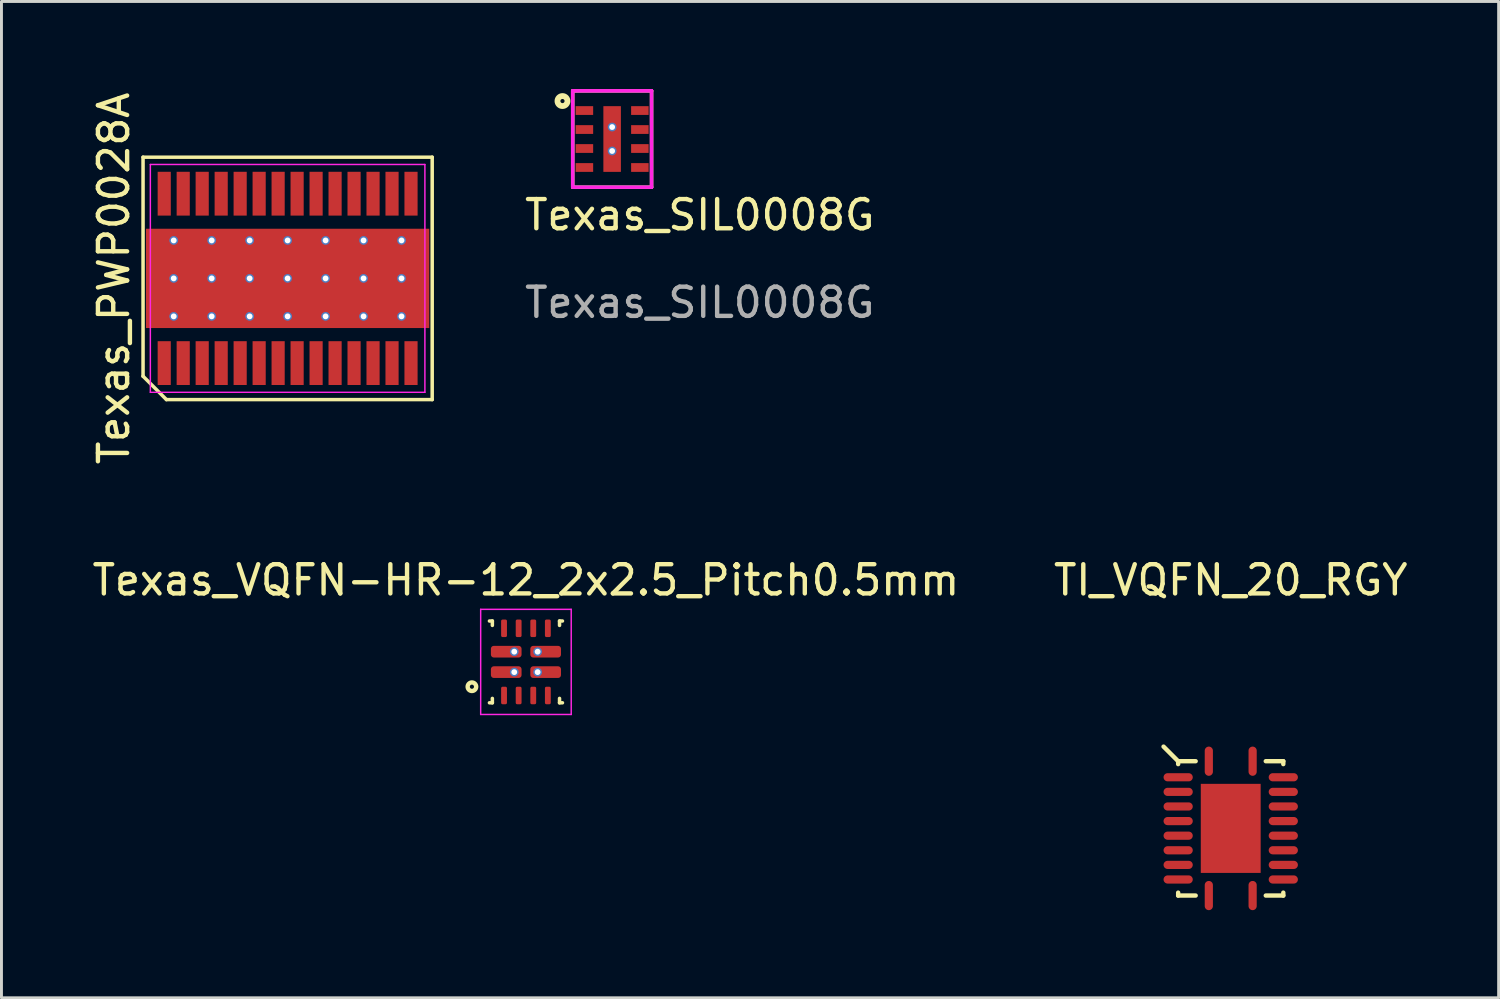
<source format=kicad_pcb>
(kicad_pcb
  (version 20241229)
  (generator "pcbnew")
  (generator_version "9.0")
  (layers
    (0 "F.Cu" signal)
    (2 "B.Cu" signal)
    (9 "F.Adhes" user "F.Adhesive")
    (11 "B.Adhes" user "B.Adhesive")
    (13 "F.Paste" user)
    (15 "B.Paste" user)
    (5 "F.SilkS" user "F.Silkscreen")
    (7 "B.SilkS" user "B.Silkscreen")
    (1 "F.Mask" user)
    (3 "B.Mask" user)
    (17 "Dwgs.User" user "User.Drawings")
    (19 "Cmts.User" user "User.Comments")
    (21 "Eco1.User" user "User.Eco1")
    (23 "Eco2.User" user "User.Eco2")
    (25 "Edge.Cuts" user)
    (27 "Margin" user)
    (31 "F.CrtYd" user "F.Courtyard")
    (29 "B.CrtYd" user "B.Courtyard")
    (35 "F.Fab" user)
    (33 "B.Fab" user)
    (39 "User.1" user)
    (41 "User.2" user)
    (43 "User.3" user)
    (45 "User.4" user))
  (footprint "Texas_VQFN-HR-12_2x2.5_Pitch0.5mm"
    (layer "F.Cu")
    (at 14.958 19.613)
    (property "Reference" "Texas_VQFN-HR-12_2x2.5_Pitch0.5mm" (at 0 -2.8 0) (layer "F.SilkS") (effects (font (size 1 1) (thickness 0.15))))
    (attr smd)
    (fp_line (start -1.25 -1.4) (end -1.15 -1.4) (stroke (width 0.12) (type solid)) (layer "F.SilkS"))
    (fp_line (start -1.25 1.4) (end -1.15 1.4) (stroke (width 0.12) (type solid)) (layer "F.SilkS"))
    (fp_line (start -1.15 -1.25) (end -1.15 -1.4) (stroke (width 0.12) (type solid)) (layer "F.SilkS"))
    (fp_line (start -1.15 1.4) (end -1.15 1.25) (stroke (width 0.12) (type solid)) (layer "F.SilkS"))
    (fp_line (start 1.15 -1.4) (end 1.15 -1.25) (stroke (width 0.12) (type solid)) (layer "F.SilkS"))
    (fp_line (start 1.15 1.4) (end 1.15 1.25) (stroke (width 0.12) (type solid)) (layer "F.SilkS"))
    (fp_line (start 1.25 -1.4) (end 1.15 -1.4) (stroke (width 0.12) (type solid)) (layer "F.SilkS"))
    (fp_line (start 1.25 1.4) (end 1.15 1.4) (stroke (width 0.12) (type solid)) (layer "F.SilkS"))
    (fp_circle (center -1.85 0.85) (end -1.779 0.85) (stroke (width 0.15) (type solid)) (fill no) (layer "F.SilkS"))
    (fp_line (start -1.55 -1.8) (end 1.55 -1.8) (stroke (width 0.05) (type solid)) (layer "F.CrtYd"))
    (fp_line (start -1.55 1.8) (end -1.55 -1.8) (stroke (width 0.05) (type solid)) (layer "F.CrtYd"))
    (fp_line (start 1.55 -1.8) (end 1.55 1.8) (stroke (width 0.05) (type solid)) (layer "F.CrtYd"))
    (fp_line (start 1.55 1.8) (end -1.55 1.8) (stroke (width 0.05) (type solid)) (layer "F.CrtYd"))
    (pad "1" smd roundrect (at -0.675 0.35 90) (size 0.4 1.05) (layers "F.Cu" "F.Mask" "F.Paste") (roundrect_rratio 0.25))
    (pad "1" thru_hole circle (at -0.4 0.35) (size 0.3 0.3) (drill 0.2) (layers "*.Cu" "*.Mask"))
    (pad "2" smd roundrect (at -0.675 -0.35 90) (size 0.4 1.05) (layers "F.Cu" "F.Mask" "F.Paste") (roundrect_rratio 0.25))
    (pad "2" thru_hole circle (at -0.4 -0.35) (size 0.3 0.3) (drill 0.2) (layers "*.Cu" "*.Mask"))
    (pad "3" smd roundrect (at -0.75 -1.15) (size 0.2 0.6) (layers "F.Cu" "F.Mask" "F.Paste") (roundrect_rratio 0.25))
    (pad "4" smd roundrect (at -0.25 -1.15) (size 0.2 0.6) (layers "F.Cu" "F.Mask" "F.Paste") (roundrect_rratio 0.25))
    (pad "5" smd roundrect (at 0.25 -1.15) (size 0.2 0.6) (layers "F.Cu" "F.Mask" "F.Paste") (roundrect_rratio 0.25))
    (pad "6" smd roundrect (at 0.75 -1.15) (size 0.2 0.6) (layers "F.Cu" "F.Mask" "F.Paste") (roundrect_rratio 0.25))
    (pad "7" thru_hole circle (at 0.4 -0.35) (size 0.3 0.3) (drill 0.2) (layers "*.Cu" "*.Mask"))
    (pad "7" smd roundrect (at 0.675 -0.35 90) (size 0.4 1.05) (layers "F.Cu" "F.Mask" "F.Paste") (roundrect_rratio 0.25))
    (pad "8" thru_hole circle (at 0.4 0.35) (size 0.3 0.3) (drill 0.2) (layers "*.Cu" "*.Mask"))
    (pad "8" smd roundrect (at 0.675 0.35 90) (size 0.4 1.05) (layers "F.Cu" "F.Mask" "F.Paste") (roundrect_rratio 0.25))
    (pad "9" smd roundrect (at 0.75 1.15) (size 0.2 0.6) (layers "F.Cu" "F.Mask" "F.Paste") (roundrect_rratio 0.25))
    (pad "10" smd roundrect (at 0.25 1.15) (size 0.2 0.6) (layers "F.Cu" "F.Mask" "F.Paste") (roundrect_rratio 0.25))
    (pad "11" smd roundrect (at -0.25 1.15) (size 0.2 0.6) (layers "F.Cu" "F.Mask" "F.Paste") (roundrect_rratio 0.25))
    (pad "12" smd roundrect (at -0.75 1.15) (size 0.2 0.6) (layers "F.Cu" "F.Mask" "F.Paste") (roundrect_rratio 0.25)))
  (footprint "Texas_SIL0008G"
    (layer "F.Cu")
    (at 17.909 1.71)
    (property "Reference" "Texas_SIL0008G" (at 3 2.6 0) (unlocked yes) (layer "F.SilkS") (effects (font (size 1 1) (thickness 0.15))))
    (attr through_hole)
    (fp_line (start -1.35 -1.65) (end -1.35 1.65) (stroke (width 0.12) (type solid)) (layer "F.SilkS"))
    (fp_line (start -1.35 -1.65) (end 1.35 -1.65) (stroke (width 0.12) (type solid)) (layer "F.SilkS"))
    (fp_line (start -1.35 1.65) (end 1.35 1.65) (stroke (width 0.12) (type solid)) (layer "F.SilkS"))
    (fp_line (start 1.35 -1.65) (end 1.35 1.65) (stroke (width 0.12) (type solid)) (layer "F.SilkS"))
    (fp_circle (center -1.7 -1.3) (end -1.629 -1.3) (stroke (width 0.2) (type solid)) (fill no) (layer "F.SilkS"))
    (fp_line (start -1.35 -1.65) (end -1.35 1.65) (stroke (width 0.12) (type solid)) (layer "F.CrtYd"))
    (fp_line (start -1.35 -1.65) (end 1.35 -1.65) (stroke (width 0.12) (type solid)) (layer "F.CrtYd"))
    (fp_line (start -1.35 1.65) (end 1.35 1.65) (stroke (width 0.12) (type solid)) (layer "F.CrtYd"))
    (fp_line (start 1.35 -1.65) (end 1.35 1.65) (stroke (width 0.12) (type solid)) (layer "F.CrtYd"))
    (fp_text user "${REFERENCE}" (at 3 5.6 0) (unlocked yes) (layer "F.Fab") (effects (font (size 1 1) (thickness 0.15))))
    (pad "1" smd rect (at -0.95 -0.975) (size 0.6 0.3) (layers "F.Cu" "F.Mask" "F.Paste"))
    (pad "2" smd rect (at -0.95 -0.325) (size 0.6 0.3) (layers "F.Cu" "F.Mask" "F.Paste"))
    (pad "3" smd rect (at -0.95 0.325) (size 0.6 0.3) (layers "F.Cu" "F.Mask" "F.Paste"))
    (pad "4" smd rect (at -0.95 0.975) (size 0.6 0.3) (layers "F.Cu" "F.Mask" "F.Paste"))
    (pad "5" smd rect (at 0.95 0.975) (size 0.6 0.3) (layers "F.Cu" "F.Mask" "F.Paste"))
    (pad "6" smd rect (at 0.95 0.325) (size 0.6 0.3) (layers "F.Cu" "F.Mask" "F.Paste"))
    (pad "7" smd rect (at 0.95 -0.325) (size 0.6 0.3) (layers "F.Cu" "F.Mask" "F.Paste"))
    (pad "8" smd rect (at 0.95 -0.975) (size 0.6 0.3) (layers "F.Cu" "F.Mask" "F.Paste"))
    (pad "9" thru_hole circle (at 0 -0.41) (size 0.3 0.3) (drill 0.2) (layers "*.Cu" "*.Mask"))
    (pad "9" smd rect (at 0 0) (size 0.6 2.25) (layers "F.Cu" "F.Mask" "F.Paste"))
    (pad "9" thru_hole circle (at 0 0.41) (size 0.3 0.3) (drill 0.2) (layers "*.Cu" "*.Mask")))
  (footprint "TI_VQFN_20_RGY"
    (layer "F.Cu")
    (at 39.089 25.313)
    (property "Reference" "TI_VQFN_20_RGY" (at 0 -8.5 0) (layer "F.SilkS") (effects (font (size 1 1) (thickness 0.15))))
    (attr through_hole)
    (fp_line (start -1.8 -2.3) (end -2.3 -2.8) (stroke (width 0.15) (type solid)) (layer "F.SilkS"))
    (fp_line (start -1.8 -2.3) (end -1.8 -2.2) (stroke (width 0.15) (type solid)) (layer "F.SilkS"))
    (fp_line (start -1.8 -2.3) (end -1.2 -2.3) (stroke (width 0.15) (type solid)) (layer "F.SilkS"))
    (fp_line (start -1.8 2.3) (end -1.8 2.2) (stroke (width 0.15) (type solid)) (layer "F.SilkS"))
    (fp_line (start -1.2 2.3) (end -1.8 2.3) (stroke (width 0.15) (type solid)) (layer "F.SilkS"))
    (fp_line (start 1.2 -2.3) (end 1.8 -2.3) (stroke (width 0.15) (type solid)) (layer "F.SilkS"))
    (fp_line (start 1.8 -2.3) (end 1.8 -2.2) (stroke (width 0.15) (type solid)) (layer "F.SilkS"))
    (fp_line (start 1.8 2.3) (end 1.2 2.3) (stroke (width 0.15) (type solid)) (layer "F.SilkS"))
    (fp_line (start 1.8 2.3) (end 1.8 2.2) (stroke (width 0.15) (type solid)) (layer "F.SilkS"))
    (pad "1" smd oval (at -0.75 -2.3 90) (size 1 0.28) (layers "F.Cu" "F.Mask" "F.Paste"))
    (pad "2" smd oval (at -1.8 -1.75 180) (size 1 0.28) (layers "F.Cu" "F.Mask" "F.Paste"))
    (pad "3" smd oval (at -1.8 -1.25 180) (size 1 0.28) (layers "F.Cu" "F.Mask" "F.Paste"))
    (pad "4" smd oval (at -1.8 -0.75 180) (size 1 0.28) (layers "F.Cu" "F.Mask" "F.Paste"))
    (pad "5" smd oval (at -1.8 -0.25 180) (size 1 0.28) (layers "F.Cu" "F.Mask" "F.Paste"))
    (pad "6" smd oval (at -1.8 0.25 180) (size 1 0.28) (layers "F.Cu" "F.Mask" "F.Paste"))
    (pad "7" smd oval (at -1.8 0.75 180) (size 1 0.28) (layers "F.Cu" "F.Mask" "F.Paste"))
    (pad "8" smd oval (at -1.8 1.25 180) (size 1 0.28) (layers "F.Cu" "F.Mask" "F.Paste"))
    (pad "9" smd oval (at -1.8 1.75 180) (size 1 0.28) (layers "F.Cu" "F.Mask" "F.Paste"))
    (pad "10" smd oval (at -0.75 2.3 90) (size 1 0.28) (layers "F.Cu" "F.Mask" "F.Paste"))
    (pad "11" smd oval (at 0.75 2.3 90) (size 1 0.28) (layers "F.Cu" "F.Mask" "F.Paste"))
    (pad "12" smd oval (at 1.8 1.75 180) (size 1 0.28) (layers "F.Cu" "F.Mask" "F.Paste"))
    (pad "13" smd oval (at 1.8 1.25 180) (size 1 0.28) (layers "F.Cu" "F.Mask" "F.Paste"))
    (pad "14" smd oval (at 1.8 0.75 180) (size 1 0.28) (layers "F.Cu" "F.Mask" "F.Paste"))
    (pad "15" smd oval (at 1.8 0.25 180) (size 1 0.28) (layers "F.Cu" "F.Mask" "F.Paste"))
    (pad "16" smd oval (at 1.8 -0.25 180) (size 1 0.28) (layers "F.Cu" "F.Mask" "F.Paste"))
    (pad "17" smd oval (at 1.8 -0.75 180) (size 1 0.28) (layers "F.Cu" "F.Mask" "F.Paste"))
    (pad "18" smd oval (at 1.8 -1.25 180) (size 1 0.28) (layers "F.Cu" "F.Mask" "F.Paste"))
    (pad "19" smd oval (at 1.8 -1.75 180) (size 1 0.28) (layers "F.Cu" "F.Mask" "F.Paste"))
    (pad "20" smd oval (at 0.75 -2.3 90) (size 1 0.28) (layers "F.Cu" "F.Mask" "F.Paste"))
    (pad "21" smd rect (at 0 0 180) (size 2.05 3.05) (layers "F.Cu" "F.Mask" "F.Paste")))
  (footprint "Texas_PWP0028A"
    (layer "F.Cu")
    (at 6.798 6.482)
    (property "Reference" "Texas_PWP0028A" (at -5.95 0 90) (layer "F.SilkS") (effects (font (size 1 1) (thickness 0.15))))
    (attr smd)
    (fp_line (start -4.95 -4.15) (end 4.95 -4.15) (stroke (width 0.12) (type solid)) (layer "F.SilkS"))
    (fp_line (start -4.95 3.35) (end -4.95 -4.15) (stroke (width 0.12) (type solid)) (layer "F.SilkS"))
    (fp_line (start -4.15 4.15) (end -4.95 3.35) (stroke (width 0.12) (type solid)) (layer "F.SilkS"))
    (fp_line (start 4.95 -4.15) (end 4.95 4.15) (stroke (width 0.12) (type solid)) (layer "F.SilkS"))
    (fp_line (start 4.95 4.15) (end -4.15 4.15) (stroke (width 0.12) (type solid)) (layer "F.SilkS"))
    (fp_line (start -4.7 -3.9) (end 4.7 -3.9) (stroke (width 0.05) (type solid)) (layer "F.CrtYd"))
    (fp_line (start -4.7 3.9) (end -4.7 -3.9) (stroke (width 0.05) (type solid)) (layer "F.CrtYd"))
    (fp_line (start 4.7 -3.9) (end 4.7 3.9) (stroke (width 0.05) (type solid)) (layer "F.CrtYd"))
    (fp_line (start 4.7 3.9) (end -4.7 3.9) (stroke (width 0.05) (type solid)) (layer "F.CrtYd"))
    (pad "" smd custom (at -3.8 0) (size 0.1 0.1) (layers "F.Mask") (options (anchor rect)) (primitives (gr_poly (pts (xy 1.05 1.7) (xy 1.05 1.5) (xy 6.55 1.5) (xy 6.55 1.7)) (width 0) (fill yes)) (gr_poly (pts (xy 1.05 -1.5) (xy 1.05 -1.7) (xy 6.55 -1.7) (xy 6.55 -1.5)) (width 0) (fill yes)) (gr_poly (pts (xy 6.55 -1.7) (xy 8.65 -1.7) (xy 8.65 1.7) (xy 6.55 1.7)) (width 0) (fill yes)) (gr_poly (pts (xy -1.05 -1.7) (xy 1.05 -1.7) (xy 1.05 1.7) (xy -1.05 1.7)) (width 0) (fill yes))))
    (pad "1" smd rect (at -4.225 2.9) (size 0.45 1.5) (layers "F.Cu" "F.Mask" "F.Paste"))
    (pad "2" smd rect (at -3.575 2.9) (size 0.45 1.5) (layers "F.Cu" "F.Mask" "F.Paste"))
    (pad "3" smd rect (at -2.925 2.9) (size 0.45 1.5) (layers "F.Cu" "F.Mask" "F.Paste"))
    (pad "4" smd rect (at -2.275 2.9) (size 0.45 1.5) (layers "F.Cu" "F.Mask" "F.Paste"))
    (pad "5" smd rect (at -1.625 2.9) (size 0.45 1.5) (layers "F.Cu" "F.Mask" "F.Paste"))
    (pad "6" smd rect (at -0.975 2.9) (size 0.45 1.5) (layers "F.Cu" "F.Mask" "F.Paste"))
    (pad "7" smd rect (at -0.325 2.9) (size 0.45 1.5) (layers "F.Cu" "F.Mask" "F.Paste"))
    (pad "8" smd rect (at 0.325 2.9) (size 0.45 1.5) (layers "F.Cu" "F.Mask" "F.Paste"))
    (pad "9" smd rect (at 0.975 2.9) (size 0.45 1.5) (layers "F.Cu" "F.Mask" "F.Paste"))
    (pad "10" smd rect (at 1.625 2.9) (size 0.45 1.5) (layers "F.Cu" "F.Mask" "F.Paste"))
    (pad "11" smd rect (at 2.275 2.9) (size 0.45 1.5) (layers "F.Cu" "F.Mask" "F.Paste"))
    (pad "12" smd rect (at 2.925 2.9) (size 0.45 1.5) (layers "F.Cu" "F.Mask" "F.Paste"))
    (pad "13" smd rect (at 3.575 2.9) (size 0.45 1.5) (layers "F.Cu" "F.Mask" "F.Paste"))
    (pad "14" smd rect (at 4.225 2.9) (size 0.45 1.5) (layers "F.Cu" "F.Mask" "F.Paste"))
    (pad "15" smd rect (at 4.225 -2.9) (size 0.45 1.5) (layers "F.Cu" "F.Mask" "F.Paste"))
    (pad "16" smd rect (at 3.575 -2.9) (size 0.45 1.5) (layers "F.Cu" "F.Mask" "F.Paste"))
    (pad "17" smd rect (at 2.925 -2.9) (size 0.45 1.5) (layers "F.Cu" "F.Mask" "F.Paste"))
    (pad "18" smd rect (at 2.275 -2.9) (size 0.45 1.5) (layers "F.Cu" "F.Mask" "F.Paste"))
    (pad "19" smd rect (at 1.625 -2.9) (size 0.45 1.5) (layers "F.Cu" "F.Mask" "F.Paste"))
    (pad "20" smd rect (at 0.975 -2.9) (size 0.45 1.5) (layers "F.Cu" "F.Mask" "F.Paste"))
    (pad "21" smd rect (at 0.325 -2.9) (size 0.45 1.5) (layers "F.Cu" "F.Mask" "F.Paste"))
    (pad "22" smd rect (at -0.325 -2.9) (size 0.45 1.5) (layers "F.Cu" "F.Mask" "F.Paste"))
    (pad "23" smd rect (at -0.975 -2.9) (size 0.45 1.5) (layers "F.Cu" "F.Mask" "F.Paste"))
    (pad "24" smd rect (at -1.625 -2.9) (size 0.45 1.5) (layers "F.Cu" "F.Mask" "F.Paste"))
    (pad "25" smd rect (at -2.275 -2.9) (size 0.45 1.5) (layers "F.Cu" "F.Mask" "F.Paste"))
    (pad "26" smd rect (at -2.925 -2.9) (size 0.45 1.5) (layers "F.Cu" "F.Mask" "F.Paste"))
    (pad "27" smd rect (at -3.575 -2.9) (size 0.45 1.5) (layers "F.Cu" "F.Mask" "F.Paste"))
    (pad "28" smd rect (at -4.225 -2.9) (size 0.45 1.5) (layers "F.Cu" "F.Mask" "F.Paste"))
    (pad "29" thru_hole circle (at -3.9 -1.3) (size 0.3 0.3) (drill 0.2) (layers "*.Cu" "*.Mask"))
    (pad "29" thru_hole circle (at -3.9 0) (size 0.3 0.3) (drill 0.2) (layers "*.Cu" "*.Mask"))
    (pad "29" thru_hole circle (at -3.9 1.3) (size 0.3 0.3) (drill 0.2) (layers "*.Cu" "*.Mask"))
    (pad "29" thru_hole circle (at -2.6 -1.3) (size 0.3 0.3) (drill 0.2) (layers "*.Cu" "*.Mask"))
    (pad "29" thru_hole circle (at -2.6 0) (size 0.3 0.3) (drill 0.2) (layers "*.Cu" "*.Mask"))
    (pad "29" thru_hole circle (at -2.6 1.3) (size 0.3 0.3) (drill 0.2) (layers "*.Cu" "*.Mask"))
    (pad "29" thru_hole circle (at -1.3 -1.3) (size 0.3 0.3) (drill 0.2) (layers "*.Cu" "*.Mask"))
    (pad "29" thru_hole circle (at -1.3 0) (size 0.3 0.3) (drill 0.2) (layers "*.Cu" "*.Mask"))
    (pad "29" thru_hole circle (at -1.3 1.3) (size 0.3 0.3) (drill 0.2) (layers "*.Cu" "*.Mask"))
    (pad "29" thru_hole circle (at 0 -1.3) (size 0.3 0.3) (drill 0.2) (layers "*.Cu" "*.Mask"))
    (pad "29" thru_hole circle (at 0 0) (size 0.3 0.3) (drill 0.2) (layers "*.Cu" "*.Mask"))
    (pad "29" smd rect (at 0 0) (size 9.7 3.4) (layers "F.Cu"))
    (pad "29" thru_hole circle (at 0 1.3) (size 0.3 0.3) (drill 0.2) (layers "*.Cu" "*.Mask"))
    (pad "29" thru_hole circle (at 1.3 -1.3) (size 0.3 0.3) (drill 0.2) (layers "*.Cu" "*.Mask"))
    (pad "29" thru_hole circle (at 1.3 0) (size 0.3 0.3) (drill 0.2) (layers "*.Cu" "*.Mask"))
    (pad "29" thru_hole circle (at 1.3 1.3) (size 0.3 0.3) (drill 0.2) (layers "*.Cu" "*.Mask"))
    (pad "29" thru_hole circle (at 2.6 -1.3) (size 0.3 0.3) (drill 0.2) (layers "*.Cu" "*.Mask"))
    (pad "29" thru_hole circle (at 2.6 0) (size 0.3 0.3) (drill 0.2) (layers "*.Cu" "*.Mask"))
    (pad "29" thru_hole circle (at 2.6 1.3) (size 0.3 0.3) (drill 0.2) (layers "*.Cu" "*.Mask"))
    (pad "29" thru_hole circle (at 3.9 -1.3) (size 0.3 0.3) (drill 0.2) (layers "*.Cu" "*.Mask"))
    (pad "29" thru_hole circle (at 3.9 0) (size 0.3 0.3) (drill 0.2) (layers "*.Cu" "*.Mask"))
    (pad "29" thru_hole circle (at 3.9 1.3) (size 0.3 0.3) (drill 0.2) (layers "*.Cu" "*.Mask")))
  (gr_rect
    (start -3 -3)
    (end 48.262 31.113)
    (stroke (width 0.1) (type default))
    (fill no)
    (layer "Edge.Cuts")))
</source>
